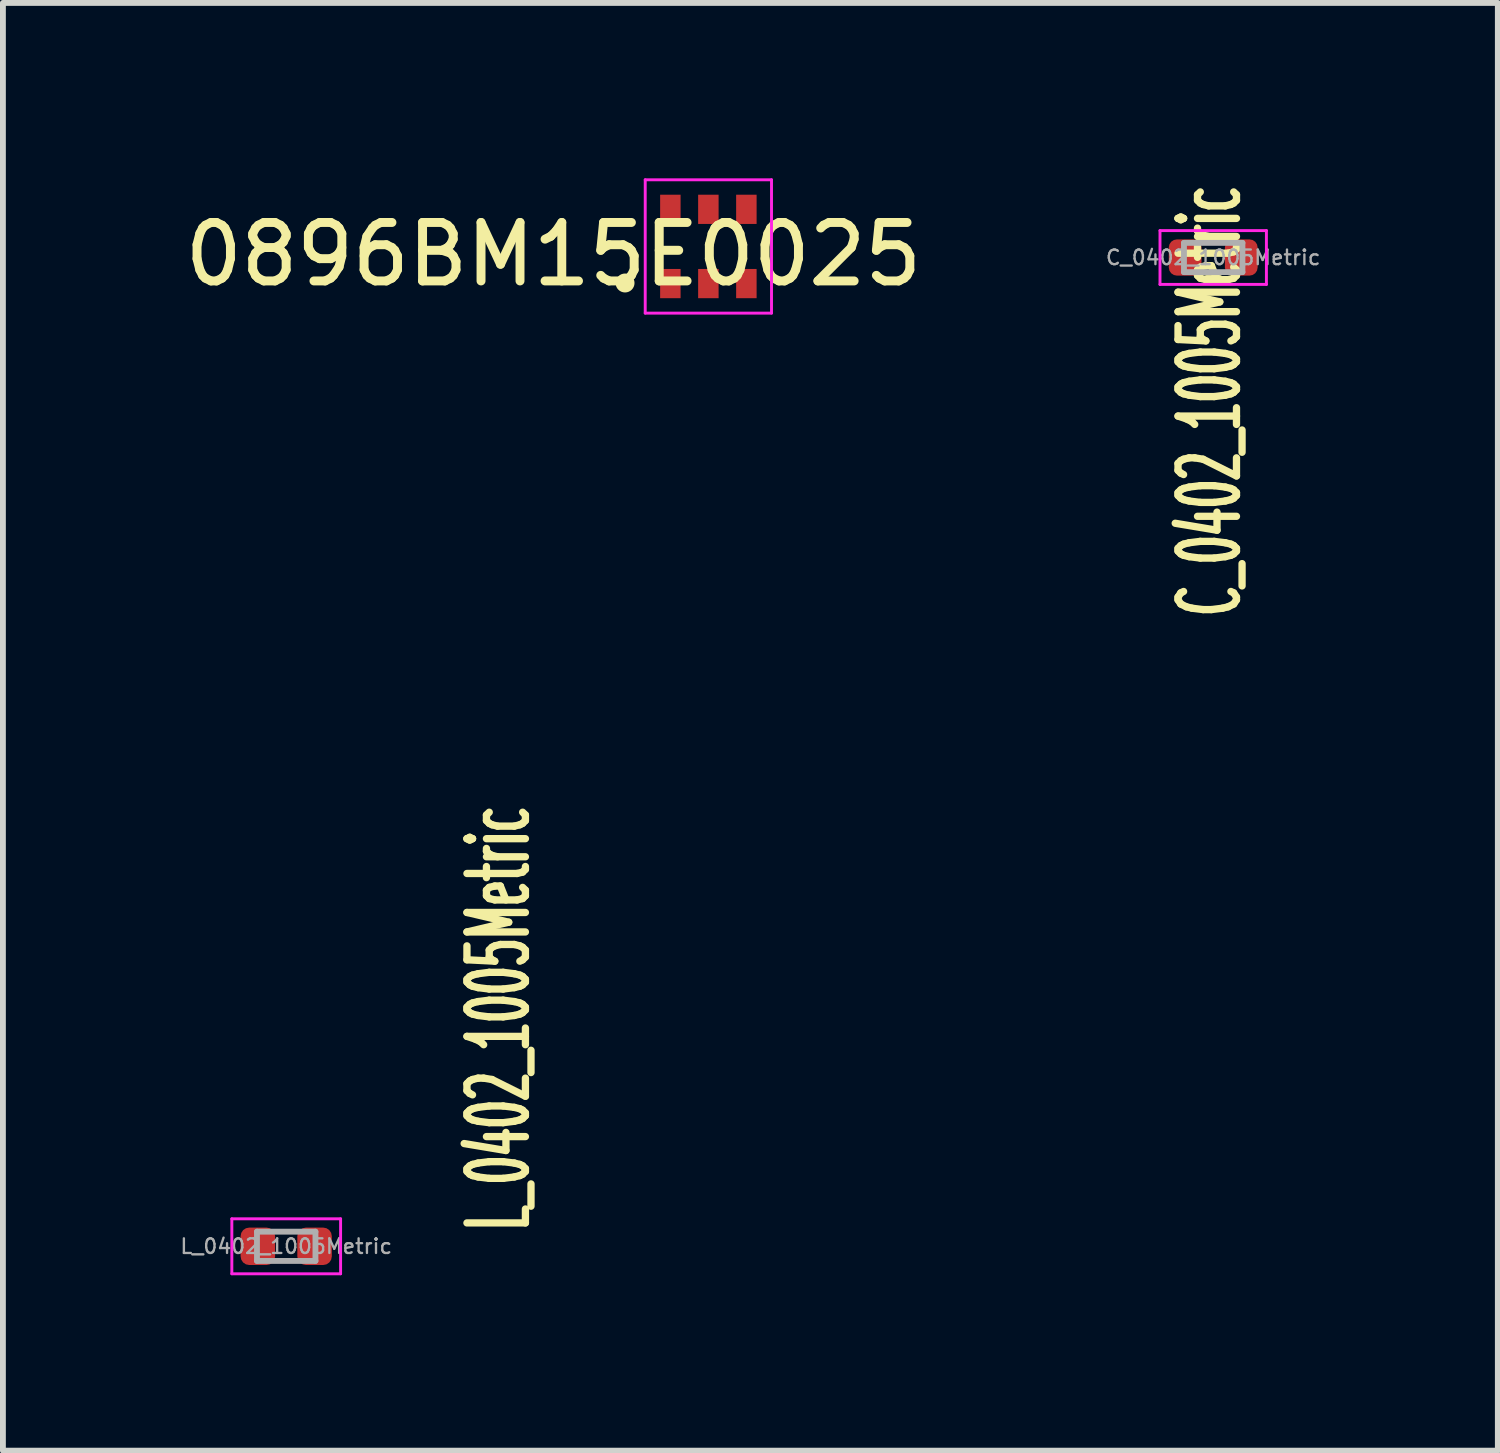
<source format=kicad_pcb>
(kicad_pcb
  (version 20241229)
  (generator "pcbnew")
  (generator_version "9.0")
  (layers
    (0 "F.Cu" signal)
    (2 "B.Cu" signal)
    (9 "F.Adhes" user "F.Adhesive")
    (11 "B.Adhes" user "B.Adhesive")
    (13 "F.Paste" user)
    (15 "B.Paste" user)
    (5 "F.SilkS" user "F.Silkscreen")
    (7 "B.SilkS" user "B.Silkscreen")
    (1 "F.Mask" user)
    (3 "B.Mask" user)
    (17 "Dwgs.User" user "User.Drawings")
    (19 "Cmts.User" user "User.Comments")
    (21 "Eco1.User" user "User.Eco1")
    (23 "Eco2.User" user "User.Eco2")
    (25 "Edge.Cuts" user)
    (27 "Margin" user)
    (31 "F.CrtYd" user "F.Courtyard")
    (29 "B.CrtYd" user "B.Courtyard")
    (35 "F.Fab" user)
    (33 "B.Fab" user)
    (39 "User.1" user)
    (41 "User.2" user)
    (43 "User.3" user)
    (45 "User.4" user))
  (footprint "L_0402_1005Metric"
    (layer "F.Cu")
    (at 1.845 18.265)
    (property "Reference" "L_0402_1005Metric" (at 3.635 -3.9 90) (layer "F.SilkS") (effects (font (size 1 0.5) (thickness 0.153))))
    (attr smd)
    (fp_line (start -0.93 -0.47) (end 0.93 -0.47) (stroke (width 0.05) (type solid)) (layer "F.CrtYd"))
    (fp_line (start -0.93 0.47) (end -0.93 -0.47) (stroke (width 0.05) (type solid)) (layer "F.CrtYd"))
    (fp_line (start 0.93 -0.47) (end 0.93 0.47) (stroke (width 0.05) (type solid)) (layer "F.CrtYd"))
    (fp_line (start 0.93 0.47) (end -0.93 0.47) (stroke (width 0.05) (type solid)) (layer "F.CrtYd"))
    (fp_line (start -0.5 -0.25) (end 0.5 -0.25) (stroke (width 0.1) (type solid)) (layer "F.Fab"))
    (fp_line (start -0.5 0.25) (end -0.5 -0.25) (stroke (width 0.1) (type solid)) (layer "F.Fab"))
    (fp_line (start 0.5 -0.25) (end 0.5 0.25) (stroke (width 0.1) (type solid)) (layer "F.Fab"))
    (fp_line (start 0.5 0.25) (end -0.5 0.25) (stroke (width 0.1) (type solid)) (layer "F.Fab"))
    (fp_text user "${REFERENCE}" (at 0 0 0) (layer "F.Fab") (effects (font (size 0.25 0.25) (thickness 0.04))))
    (pad "1" smd roundrect (at -0.485 0) (size 0.59 0.64) (layers "F.Cu" "F.Mask" "F.Paste") (roundrect_rratio 0.25))
    (pad "2" smd roundrect (at 0.485 0) (size 0.59 0.64) (layers "F.Cu" "F.Mask" "F.Paste") (roundrect_rratio 0.25)))
  (footprint "0896BM15E0025"
    (layer "F.Cu")
    (at 9.065 1.165)
    (property "Reference" "0896BM15E0025" (at -2.65 0.135 0) (layer "F.SilkS") (effects (font (size 1 1) (thickness 0.153) (bold yes))))
    (attr smd)
    (fp_circle (center -1.425 0.625) (end -1.313 0.625) (stroke (width 0.1) (type solid)) (fill yes) (layer "F.SilkS"))
    (fp_line (start -1.08 -1.14) (end 1.08 -1.14) (stroke (width 0.05) (type default)) (layer "F.CrtYd"))
    (fp_line (start -1.08 1.14) (end -1.08 -1.14) (stroke (width 0.05) (type default)) (layer "F.CrtYd"))
    (fp_line (start 1.08 -1.14) (end 1.08 1.14) (stroke (width 0.05) (type default)) (layer "F.CrtYd"))
    (fp_line (start 1.08 1.14) (end -1.08 1.14) (stroke (width 0.05) (type default)) (layer "F.CrtYd"))
    (pad "1" smd rect (at -0.65 0.635) (size 0.35 0.5) (layers "F.Cu" "F.Mask" "F.Paste"))
    (pad "2" smd rect (at 0 0.635) (size 0.35 0.5) (layers "F.Cu" "F.Mask" "F.Paste"))
    (pad "3" smd rect (at 0.65 0.635) (size 0.35 0.5) (layers "F.Cu" "F.Mask" "F.Paste"))
    (pad "4" smd rect (at 0.65 -0.635) (size 0.35 0.5) (layers "F.Cu" "F.Mask" "F.Paste"))
    (pad "5" smd rect (at 0 -0.635) (size 0.35 0.5) (layers "F.Cu" "F.Mask" "F.Paste"))
    (pad "6" smd rect (at -0.65 -0.635) (size 0.35 0.5) (layers "F.Cu" "F.Mask" "F.Paste")))
  (footprint "C_0402_1005Metric"
    (layer "F.Cu")
    (at 17.699 1.354)
    (property "Reference" "C_0402_1005Metric" (at -0.058 2.45 270) (layer "F.SilkS") (effects (font (size 1 0.5) (thickness 0.15))))
    (attr smd)
    (fp_line (start -0.108 -0.36) (end 0.108 -0.36) (stroke (width 0.12) (type solid)) (layer "F.SilkS"))
    (fp_line (start -0.108 0.36) (end 0.108 0.36) (stroke (width 0.12) (type solid)) (layer "F.SilkS"))
    (fp_line (start -0.91 -0.46) (end 0.91 -0.46) (stroke (width 0.05) (type solid)) (layer "F.CrtYd"))
    (fp_line (start -0.91 0.46) (end -0.91 -0.46) (stroke (width 0.05) (type solid)) (layer "F.CrtYd"))
    (fp_line (start 0.91 -0.46) (end 0.91 0.46) (stroke (width 0.05) (type solid)) (layer "F.CrtYd"))
    (fp_line (start 0.91 0.46) (end -0.91 0.46) (stroke (width 0.05) (type solid)) (layer "F.CrtYd"))
    (fp_line (start -0.5 -0.25) (end 0.5 -0.25) (stroke (width 0.1) (type solid)) (layer "F.Fab"))
    (fp_line (start -0.5 0.25) (end -0.5 -0.25) (stroke (width 0.1) (type solid)) (layer "F.Fab"))
    (fp_line (start 0.5 -0.25) (end 0.5 0.25) (stroke (width 0.1) (type solid)) (layer "F.Fab"))
    (fp_line (start 0.5 0.25) (end -0.5 0.25) (stroke (width 0.1) (type solid)) (layer "F.Fab"))
    (fp_text user "${REFERENCE}" (at 0 0 180) (layer "F.Fab") (effects (font (size 0.25 0.25) (thickness 0.04))))
    (pad "1" smd roundrect (at -0.48 0) (size 0.56 0.62) (layers "F.Cu" "F.Mask" "F.Paste") (roundrect_rratio 0.25))
    (pad "2" smd roundrect (at 0.48 0) (size 0.56 0.62) (layers "F.Cu" "F.Mask" "F.Paste") (roundrect_rratio 0.25)))
  (gr_rect
    (start -3 -3)
    (end 22.567 21.76)
    (stroke (width 0.1) (type default))
    (fill no)
    (layer "Edge.Cuts")))
</source>
